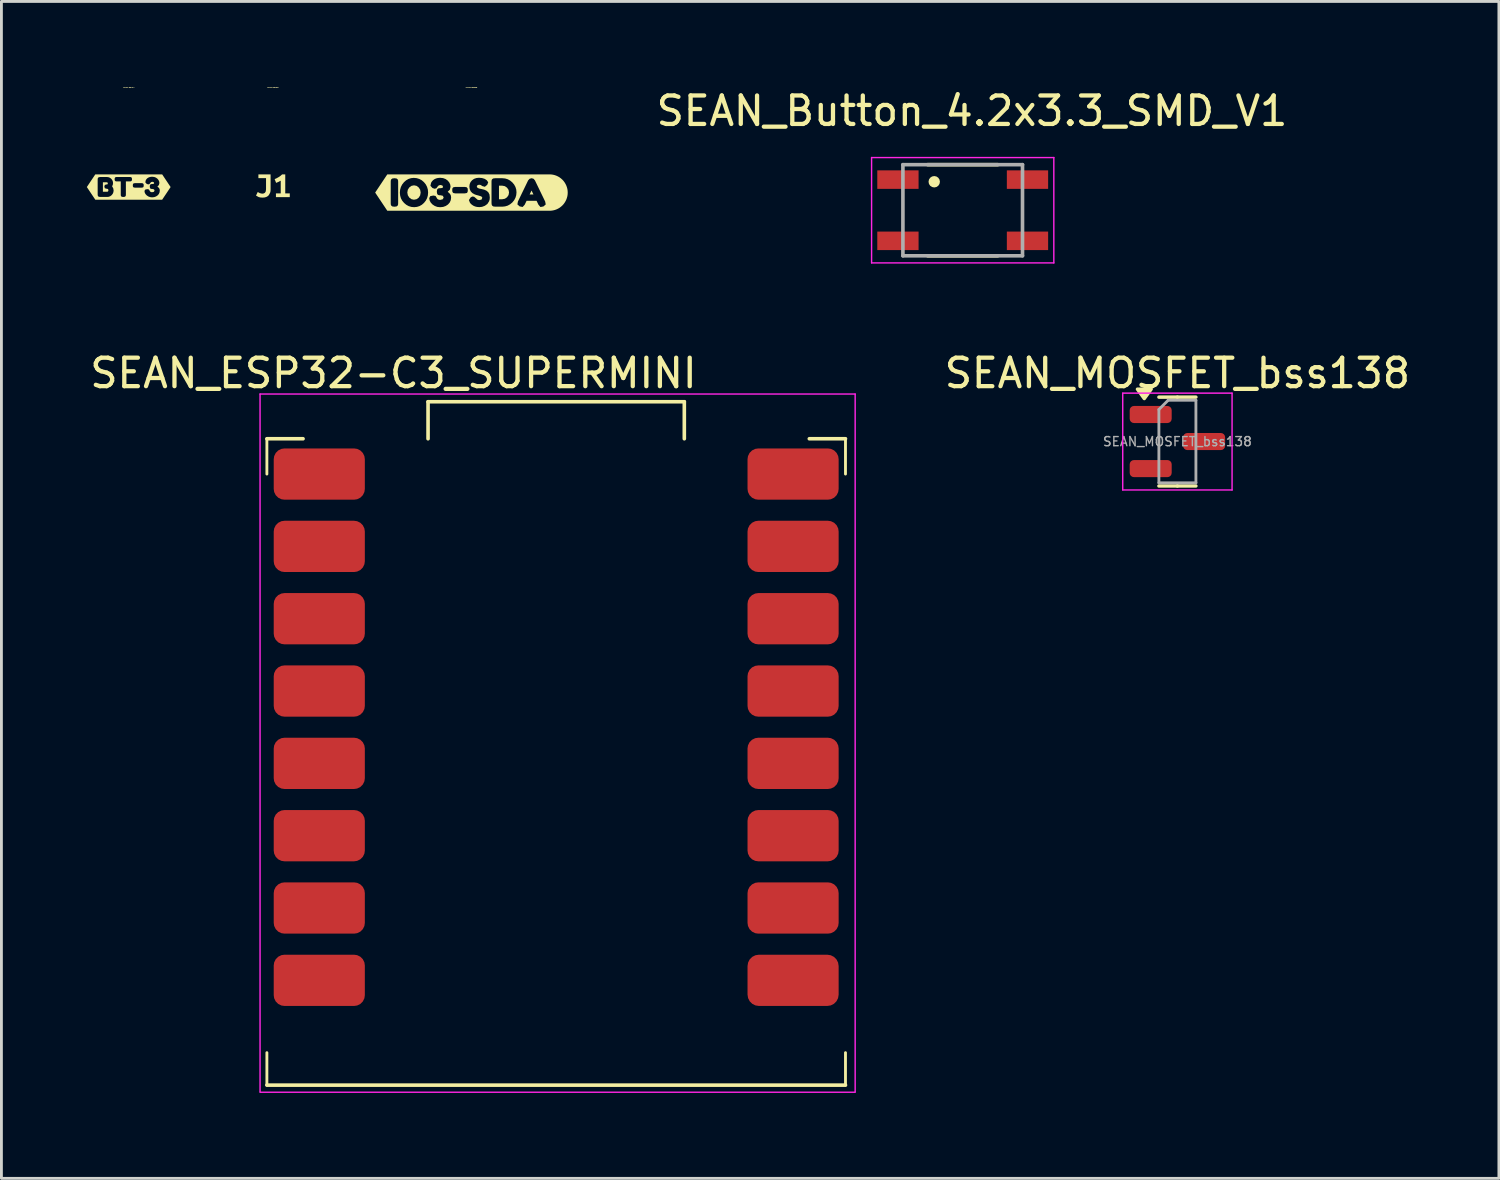
<source format=kicad_pcb>
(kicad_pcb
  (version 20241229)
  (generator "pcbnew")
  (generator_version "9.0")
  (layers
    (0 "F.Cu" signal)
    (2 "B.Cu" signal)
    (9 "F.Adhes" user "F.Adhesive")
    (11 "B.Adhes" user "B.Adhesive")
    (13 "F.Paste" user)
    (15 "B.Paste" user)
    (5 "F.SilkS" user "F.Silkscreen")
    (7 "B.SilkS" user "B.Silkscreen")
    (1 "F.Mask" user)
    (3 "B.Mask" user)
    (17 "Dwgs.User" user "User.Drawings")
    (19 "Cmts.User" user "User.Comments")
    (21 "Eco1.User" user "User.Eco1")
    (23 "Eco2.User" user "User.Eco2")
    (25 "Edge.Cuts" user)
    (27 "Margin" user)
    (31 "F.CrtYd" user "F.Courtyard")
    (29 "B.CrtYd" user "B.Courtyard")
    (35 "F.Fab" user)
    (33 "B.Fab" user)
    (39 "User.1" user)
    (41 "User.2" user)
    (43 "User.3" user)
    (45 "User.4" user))
  (footprint "SEAN_MOSFET_bss138"
    (layer "F.Cu")
    (at 38.3 12.457)
    (property "Reference" "SEAN_MOSFET_bss138" (at 0 -2.4 0) (layer "F.SilkS") (effects (font (size 1 1) (thickness 0.15))))
    (attr smd)
    (fp_line (start 0 -1.56) (end -0.65 -1.56) (stroke (width 0.12) (type solid)) (layer "F.SilkS"))
    (fp_line (start 0 -1.56) (end 0.65 -1.56) (stroke (width 0.12) (type solid)) (layer "F.SilkS"))
    (fp_line (start 0 1.56) (end -0.65 1.56) (stroke (width 0.12) (type solid)) (layer "F.SilkS"))
    (fp_line (start 0 1.56) (end 0.65 1.56) (stroke (width 0.12) (type solid)) (layer "F.SilkS"))
    (fp_poly (pts (xy -1.163 -1.51) (xy -1.403 -1.84) (xy -0.922 -1.84) (xy -1.163 -1.51)) (stroke (width 0.12) (type solid)) (fill yes) (layer "F.SilkS"))
    (fp_line (start -1.92 -1.7) (end -1.92 1.7) (stroke (width 0.05) (type solid)) (layer "F.CrtYd"))
    (fp_line (start -1.92 1.7) (end 1.92 1.7) (stroke (width 0.05) (type solid)) (layer "F.CrtYd"))
    (fp_line (start 1.92 -1.7) (end -1.92 -1.7) (stroke (width 0.05) (type solid)) (layer "F.CrtYd"))
    (fp_line (start 1.92 1.7) (end 1.92 -1.7) (stroke (width 0.05) (type solid)) (layer "F.CrtYd"))
    (fp_line (start -0.65 -1.125) (end -0.325 -1.45) (stroke (width 0.1) (type solid)) (layer "F.Fab"))
    (fp_line (start -0.65 1.45) (end -0.65 -1.125) (stroke (width 0.1) (type solid)) (layer "F.Fab"))
    (fp_line (start -0.325 -1.45) (end 0.65 -1.45) (stroke (width 0.1) (type solid)) (layer "F.Fab"))
    (fp_line (start 0.65 -1.45) (end 0.65 1.45) (stroke (width 0.1) (type solid)) (layer "F.Fab"))
    (fp_line (start 0.65 1.45) (end -0.65 1.45) (stroke (width 0.1) (type solid)) (layer "F.Fab"))
    (fp_text user "${REFERENCE}" (at 0 0 0) (layer "F.Fab") (effects (font (size 0.32 0.32) (thickness 0.05))))
    (pad "1" smd roundrect (at 0.938 0) (size 1.475 0.6) (layers "F.Cu" "F.Mask" "F.Paste") (roundrect_rratio 0.25))
    (pad "2" smd roundrect (at -0.938 -0.95) (size 1.475 0.6) (layers "F.Cu" "F.Mask" "F.Paste") (roundrect_rratio 0.25))
    (pad "3" smd roundrect (at -0.938 0.95) (size 1.475 0.6) (layers "F.Cu" "F.Mask" "F.Paste") (roundrect_rratio 0.25)))
  (footprint "kibuzzard-669170F7"
    (layer "F.Cu")
    (at 1.471 3.519)
    (property "Reference" "kibuzzard-669170F7" (at 0 -3.493 0) (layer "F.SilkS") (effects (font (size 0.025 0.025) (thickness 0.15))))
    (attr board_only exclude_from_pos_files exclude_from_bom)
    (fp_poly (pts (xy -0.907 0.165) (xy -0.764 0.165) (xy -0.75 0.164) (xy -0.735 0.159) (xy -0.72 0.142) (xy -0.714 0.11) (xy -0.727 0.069) (xy -0.769 0.059) (xy -0.782 0.059) (xy -0.839 0.042) (xy -0.856 -0.018) (xy -0.838 -0.076) (xy -0.777 -0.092) (xy -0.765 -0.092) (xy -0.741 -0.099) (xy -0.734 -0.13) (xy -0.745 -0.161) (xy -0.786 -0.169) (xy -0.907 -0.169) (xy -0.907 0.165)) (stroke (width 0) (type solid)) (fill yes) (layer "F.SilkS"))
    (fp_poly (pts (xy -1.091 -0.445) (xy -1.174 -0.445) (xy -1.471 0) (xy -1.174 0.445) (xy -1.091 0.445) (xy -0.999 0.445) (xy -0.999 0.348) (xy -1.052 0.341) (xy -1.08 0.318) (xy -1.089 0.29) (xy -1.091 0.255) (xy -1.091 -0.261) (xy -1.089 -0.295) (xy -1.08 -0.322) (xy -1.052 -0.345) (xy -0.998 -0.353) (xy -0.764 -0.353) (xy -0.708 -0.345) (xy -0.657 -0.324) (xy -0.613 -0.289) (xy -0.578 -0.244) (xy -0.558 -0.194) (xy -0.551 -0.138) (xy -0.559 -0.08) (xy -0.584 -0.026) (xy -0.544 0.044) (xy -0.531 0.121) (xy -0.539 0.181) (xy -0.561 0.235) (xy -0.597 0.282) (xy -0.644 0.319) (xy -0.696 0.341) (xy -0.754 0.348) (xy -0.999 0.348) (xy -0.999 0.445) (xy -0.191 0.445) (xy -0.191 0.349) (xy -0.243 0.342) (xy -0.27 0.32) (xy -0.279 0.293) (xy -0.28 0.259) (xy -0.28 -0.198) (xy -0.42 -0.198) (xy -0.448 -0.2) (xy -0.471 -0.208) (xy -0.49 -0.231) (xy -0.496 -0.276) (xy -0.49 -0.32) (xy -0.47 -0.343) (xy -0.447 -0.351) (xy -0.419 -0.353) (xy 0.039 -0.353) (xy 0.068 -0.351) (xy 0.09 -0.343) (xy 0.109 -0.319) (xy 0.115 -0.275) (xy 0.109 -0.231) (xy 0.09 -0.208) (xy 0.067 -0.2) (xy 0.038 -0.198) (xy -0.1 -0.198) (xy -0.1 0.26) (xy -0.102 0.294) (xy -0.111 0.32) (xy -0.139 0.342) (xy -0.191 0.349) (xy -0.191 0.445) (xy 0.454 0.445) (xy 0.454 0.021) (xy 0.215 0.021) (xy 0.17 0.013) (xy 0.148 -0.013) (xy 0.143 -0.059) (xy 0.149 -0.104) (xy 0.168 -0.128) (xy 0.216 -0.137) (xy 0.455 -0.137) (xy 0.499 -0.129) (xy 0.521 -0.104) (xy 0.527 -0.058) (xy 0.521 -0.013) (xy 0.504 0.012) (xy 0.454 0.021) (xy 0.454 0.445) (xy 0.82 0.445) (xy 0.82 0.362) (xy 0.752 0.354) (xy 0.689 0.331) (xy 0.633 0.294) (xy 0.588 0.246) (xy 0.562 0.194) (xy 0.553 0.137) (xy 0.578 0.09) (xy 0.653 0.074) (xy 0.708 0.085) (xy 0.737 0.132) (xy 0.739 0.138) (xy 0.747 0.15) (xy 0.762 0.165) (xy 0.786 0.177) (xy 0.821 0.182) (xy 0.884 0.167) (xy 0.907 0.125) (xy 0.888 0.082) (xy 0.83 0.067) (xy 0.803 0.067) (xy 0.78 0.063) (xy 0.757 0.05) (xy 0.745 0.024) (xy 0.739 -0.02) (xy 0.746 -0.07) (xy 0.767 -0.096) (xy 0.792 -0.105) (xy 0.824 -0.106) (xy 0.831 -0.106) (xy 0.878 -0.113) (xy 0.892 -0.138) (xy 0.876 -0.173) (xy 0.83 -0.185) (xy 0.787 -0.175) (xy 0.758 -0.145) (xy 0.728 -0.104) (xy 0.686 -0.092) (xy 0.632 -0.11) (xy 0.582 -0.165) (xy 0.597 -0.234) (xy 0.598 -0.238) (xy 0.604 -0.249) (xy 0.614 -0.265) (xy 0.63 -0.285) (xy 0.652 -0.307) (xy 0.681 -0.327) (xy 0.719 -0.345) (xy 0.765 -0.357) (xy 0.82 -0.362) (xy 0.893 -0.354) (xy 0.955 -0.331) (xy 1.007 -0.293) (xy 1.046 -0.246) (xy 1.069 -0.196) (xy 1.077 -0.142) (xy 1.059 -0.069) (xy 1.007 -0.019) (xy 1.064 0.035) (xy 1.084 0.075) (xy 1.091 0.123) (xy 1.082 0.188) (xy 1.057 0.245) (xy 1.014 0.294) (xy 0.958 0.331) (xy 0.894 0.354) (xy 0.82 0.362) (xy 0.82 0.445) (xy 1.091 0.445) (xy 1.174 0.445) (xy 1.471 0) (xy 1.174 -0.445) (xy 1.091 -0.445) (xy -1.091 -0.445)) (stroke (width 0) (type solid)) (fill yes) (layer "F.SilkS")))
  (footprint "SEAN_ESP32-C3_SUPERMINI"
    (layer "F.Cu")
    (at 16.483 22.489)
    (property "Reference" "SEAN_ESP32-C3_SUPERMINI" (at -5.715 -12.432 180) (layer "F.SilkS") (effects (font (size 1 1) (thickness 0.15))))
    (attr through_hole)
    (fp_line (start -10.16 -8.89) (end -10.16 -10.13) (stroke (width 0.1) (type default)) (layer "F.SilkS"))
    (fp_line (start -10.16 12.57) (end -10.16 11.43) (stroke (width 0.1) (type default)) (layer "F.SilkS"))
    (fp_line (start -8.89 -10.13) (end -10.16 -10.13) (stroke (width 0.127) (type solid)) (layer "F.SilkS"))
    (fp_line (start -4.5 -11.43) (end -4.5 -10.13) (stroke (width 0.127) (type solid)) (layer "F.SilkS"))
    (fp_line (start 4.5 -11.43) (end -4.5 -11.43) (stroke (width 0.127) (type solid)) (layer "F.SilkS"))
    (fp_line (start 4.5 -11.43) (end 4.5 -10.13) (stroke (width 0.127) (type solid)) (layer "F.SilkS"))
    (fp_line (start 10.16 -10.13) (end 8.89 -10.13) (stroke (width 0.127) (type solid)) (layer "F.SilkS"))
    (fp_line (start 10.16 -8.89) (end 10.16 -10.13) (stroke (width 0.1) (type default)) (layer "F.SilkS"))
    (fp_line (start 10.16 12.57) (end -10.16 12.57) (stroke (width 0.127) (type solid)) (layer "F.SilkS"))
    (fp_line (start 10.16 12.57) (end 10.16 11.43) (stroke (width 0.1) (type default)) (layer "F.SilkS"))
    (fp_line (start -10.4 12.8) (end -10.4 -11.7) (stroke (width 0.05) (type solid)) (layer "F.CrtYd"))
    (fp_line (start 10.5 -11.7) (end -10.4 -11.7) (stroke (width 0.05) (type solid)) (layer "F.CrtYd"))
    (fp_line (start 10.5 12.8) (end 10.5 -11.7) (stroke (width 0.05) (type solid)) (layer "F.CrtYd"))
    (fp_line (start 10.5 12.82) (end -10.4 12.82) (stroke (width 0.05) (type solid)) (layer "F.CrtYd"))
    (pad "0" smd roundrect (at 7.62 8.89) (size 3.2 1.8) (drill (offset 0.7 0)) (layers "F.Cu" "F.Mask" "F.Paste") (roundrect_rratio 0.222))
    (pad "1" smd roundrect (at 7.62 6.35) (size 3.2 1.8) (drill (offset 0.7 0)) (layers "F.Cu" "F.Mask" "F.Paste") (roundrect_rratio 0.21))
    (pad "2" smd roundrect (at 7.62 3.81) (size 3.2 1.8) (drill (offset 0.7 0)) (layers "F.Cu" "F.Mask" "F.Paste") (roundrect_rratio 0.21))
    (pad "3" smd roundrect (at 7.62 1.27) (size 3.2 1.8) (drill (offset 0.7 0)) (layers "F.Cu" "F.Mask" "F.Paste") (roundrect_rratio 0.21))
    (pad "3.3" smd roundrect (at 7.62 -3.81) (size 3.2 1.8) (drill (offset 0.7 0)) (layers "F.Cu" "F.Mask" "F.Paste") (roundrect_rratio 0.21))
    (pad "4" smd roundrect (at 7.62 -1.27) (size 3.2 1.8) (drill (offset 0.7 0)) (layers "F.Cu" "F.Mask" "F.Paste") (roundrect_rratio 0.21))
    (pad "5" smd roundrect (at -7.62 -8.89) (size 3.2 1.8) (drill (offset -0.7 0)) (layers "F.Cu" "F.Mask" "F.Paste") (roundrect_rratio 0.21))
    (pad "5V" smd roundrect (at 7.62 -8.89) (size 3.2 1.8) (drill (offset 0.7 0)) (layers "F.Cu" "F.Mask" "F.Paste") (roundrect_rratio 0.21))
    (pad "6" smd roundrect (at -7.62 -6.35) (size 3.2 1.8) (drill (offset -0.7 0)) (layers "F.Cu" "F.Mask" "F.Paste") (roundrect_rratio 0.21))
    (pad "7" smd roundrect (at -7.62 -3.81) (size 3.2 1.8) (drill (offset -0.7 0)) (layers "F.Cu" "F.Mask" "F.Paste") (roundrect_rratio 0.21))
    (pad "8" smd roundrect (at -7.62 -1.27) (size 3.2 1.8) (drill (offset -0.7 0)) (layers "F.Cu" "F.Mask" "F.Paste") (roundrect_rratio 0.21))
    (pad "9" smd roundrect (at -7.62 1.27) (size 3.2 1.8) (drill (offset -0.7 0)) (layers "F.Cu" "F.Mask" "F.Paste") (roundrect_rratio 0.21))
    (pad "10" smd roundrect (at -7.62 3.81) (size 3.2 1.8) (drill (offset -0.7 0)) (layers "F.Cu" "F.Mask" "F.Paste") (roundrect_rratio 0.21))
    (pad "20" smd roundrect (at -7.62 6.35) (size 3.2 1.8) (drill (offset -0.7 0)) (layers "F.Cu" "F.Mask" "F.Paste") (roundrect_rratio 0.21))
    (pad "21" smd roundrect (at -7.62 8.89) (size 3.2 1.8) (drill (offset -0.7 0)) (layers "F.Cu" "F.Mask" "F.Paste") (roundrect_rratio 0.21))
    (pad "G" smd roundrect (at 7.62 -6.35) (size 3.2 1.8) (drill (offset 0.7 0)) (layers "F.Cu" "F.Mask" "F.Paste") (roundrect_rratio 0.21)))
  (footprint "kibuzzard-669409A1"
    (layer "F.Cu")
    (at 6.534 3.482)
    (property "Reference" "kibuzzard-669409A1" (at 0 -3.456 180) (layer "F.SilkS") (effects (font (size 0.025 0.025) (thickness 0.15))))
    (attr board_only exclude_from_pos_files exclude_from_bom)
    (fp_poly (pts (xy 0.275 0.26) (xy 0.275 -0.187) (xy 0.192 -0.142) (xy 0.113 -0.11) (xy 0.061 -0.242) (xy 0.129 -0.271) (xy 0.201 -0.311) (xy 0.269 -0.358) (xy 0.325 -0.408) (xy 0.434 -0.408) (xy 0.434 0.26) (xy 0.593 0.26) (xy 0.593 0.392) (xy 0.107 0.392) (xy 0.107 0.26) (xy 0.275 0.26)) (stroke (width 0) (type solid)) (fill yes) (layer "F.SilkS"))
    (fp_poly (pts (xy -0.081 0.124) (xy -0.084 0.181) (xy -0.096 0.234) (xy -0.145 0.324) (xy -0.184 0.359) (xy -0.233 0.386) (xy -0.293 0.403) (xy -0.365 0.408) (xy -0.44 0.403) (xy -0.501 0.388) (xy -0.593 0.337) (xy -0.532 0.211) (xy -0.46 0.251) (xy -0.379 0.27) (xy -0.323 0.262) (xy -0.279 0.237) (xy -0.251 0.19) (xy -0.241 0.115) (xy -0.241 -0.277) (xy -0.509 -0.277) (xy -0.509 -0.408) (xy -0.081 -0.408) (xy -0.081 0.124)) (stroke (width 0) (type solid)) (fill yes) (layer "F.SilkS")))
  (footprint "kibuzzard-66920690"
    (layer "F.Cu")
    (at 13.507 3.713)
    (property "Reference" "kibuzzard-66920690" (at 0 -3.687 180) (layer "F.SilkS") (effects (font (size 0.025 0.025) (thickness 0.15))))
    (attr board_only exclude_from_pos_files exclude_from_bom)
    (fp_poly (pts (xy 2.11 -0.072) (xy 2.043 0.067) (xy 2.177 0.067) (xy 2.11 -0.072)) (stroke (width 0) (type solid)) (fill yes) (layer "F.SilkS"))
    (fp_poly (pts (xy 0.967 0.234) (xy 1.083 0.234) (xy 1.174 0.217) (xy 1.25 0.165) (xy 1.303 0.088) (xy 1.32 -0.004) (xy 1.303 -0.095) (xy 1.25 -0.172) (xy 1.173 -0.225) (xy 1.082 -0.242) (xy 0.967 -0.242) (xy 0.967 0.234)) (stroke (width 0) (type solid)) (fill yes) (layer "F.SilkS"))
    (fp_poly (pts (xy -2.019 0.251) (xy -1.928 0.233) (xy -1.852 0.179) (xy -1.801 0.098) (xy -1.784 -0.001) (xy -1.801 -0.099) (xy -1.853 -0.18) (xy -1.928 -0.236) (xy -2.017 -0.254) (xy -2.107 -0.236) (xy -2.183 -0.18) (xy -2.235 -0.099) (xy -2.252 -0.001) (xy -2.234 0.095) (xy -2.182 0.177) (xy -2.107 0.232) (xy -2.019 0.251)) (stroke (width 0) (type solid)) (fill yes) (layer "F.SilkS"))
    (fp_poly (pts (xy -2.835 -0.639) (xy -2.955 -0.639) (xy -3.381 0) (xy -2.955 0.639) (xy -2.835 0.639) (xy -2.705 0.639) (xy -2.705 0.497) (xy -2.78 0.487) (xy -2.82 0.454) (xy -2.833 0.415) (xy -2.835 0.366) (xy -2.835 -0.374) (xy -2.833 -0.422) (xy -2.82 -0.461) (xy -2.78 -0.494) (xy -2.704 -0.504) (xy -2.629 -0.494) (xy -2.589 -0.461) (xy -2.576 -0.422) (xy -2.574 -0.373) (xy -2.574 0.367) (xy -2.576 0.416) (xy -2.589 0.455) (xy -2.629 0.487) (xy -2.705 0.497) (xy -2.705 0.639) (xy -2.011 0.639) (xy -2.011 0.513) (xy -2.111 0.504) (xy -2.204 0.476) (xy -2.289 0.429) (xy -2.366 0.364) (xy -2.431 0.286) (xy -2.477 0.2) (xy -2.504 0.106) (xy -2.514 0.005) (xy -2.505 -0.1) (xy -2.478 -0.196) (xy -2.433 -0.284) (xy -2.37 -0.364) (xy -2.295 -0.43) (xy -2.212 -0.478) (xy -2.121 -0.506) (xy -2.023 -0.516) (xy -1.922 -0.506) (xy -1.83 -0.478) (xy -1.745 -0.432) (xy -1.668 -0.366) (xy -1.604 -0.287) (xy -1.559 -0.2) (xy -1.531 -0.105) (xy -1.522 -0.001) (xy -1.531 0.101) (xy -1.558 0.196) (xy -1.603 0.283) (xy -1.666 0.362) (xy -1.741 0.428) (xy -1.824 0.475) (xy -1.914 0.503) (xy -2.011 0.513) (xy -2.011 0.639) (xy -1.1 0.639) (xy -1.1 0.514) (xy -1.198 0.504) (xy -1.287 0.471) (xy -1.368 0.418) (xy -1.431 0.35) (xy -1.469 0.275) (xy -1.482 0.194) (xy -1.446 0.126) (xy -1.339 0.104) (xy -1.26 0.119) (xy -1.219 0.187) (xy -1.216 0.195) (xy -1.205 0.212) (xy -1.184 0.233) (xy -1.149 0.25) (xy -1.099 0.258) (xy -1.009 0.236) (xy -0.976 0.177) (xy -1.003 0.114) (xy -1.086 0.094) (xy -1.125 0.094) (xy -1.158 0.087) (xy -1.19 0.069) (xy -1.207 0.032) (xy -1.216 -0.031) (xy -1.207 -0.102) (xy -1.177 -0.139) (xy -1.14 -0.152) (xy -1.094 -0.154) (xy -1.084 -0.154) (xy -1.018 -0.163) (xy -0.997 -0.2) (xy -1.021 -0.249) (xy -1.086 -0.267) (xy -1.147 -0.253) (xy -1.189 -0.21) (xy -1.232 -0.151) (xy -1.292 -0.134) (xy -1.369 -0.16) (xy -1.44 -0.238) (xy -1.419 -0.337) (xy -1.417 -0.342) (xy -1.409 -0.358) (xy -1.395 -0.381) (xy -1.372 -0.41) (xy -1.34 -0.441) (xy -1.298 -0.47) (xy -1.245 -0.495) (xy -1.18 -0.512) (xy -1.1 -0.519) (xy -0.996 -0.508) (xy -0.907 -0.475) (xy -0.833 -0.421) (xy -0.778 -0.354) (xy -0.745 -0.282) (xy -0.734 -0.205) (xy -0.759 -0.101) (xy -0.833 -0.029) (xy -0.752 0.048) (xy -0.723 0.105) (xy -0.714 0.174) (xy -0.726 0.266) (xy -0.762 0.348) (xy -0.823 0.418) (xy -0.903 0.471) (xy -0.995 0.504) (xy -1.1 0.514) (xy -1.1 0.639) (xy -0.232 0.639) (xy -0.232 0.028) (xy -0.572 0.028) (xy -0.636 0.016) (xy -0.668 -0.021) (xy -0.675 -0.087) (xy -0.667 -0.151) (xy -0.639 -0.185) (xy -0.571 -0.198) (xy -0.23 -0.198) (xy -0.167 -0.186) (xy -0.136 -0.151) (xy -0.127 -0.085) (xy -0.135 -0.02) (xy -0.16 0.015) (xy -0.232 0.028) (xy -0.232 0.639) (xy 0.278 0.639) (xy 0.278 0.511) (xy 0.197 0.505) (xy 0.13 0.489) (xy 0.075 0.466) (xy 0.031 0.438) (xy -0.004 0.411) (xy -0.029 0.386) (xy -0.044 0.366) (xy -0.053 0.356) (xy -0.089 0.263) (xy -0.029 0.171) (xy 0.031 0.138) (xy 0.093 0.147) (xy 0.157 0.2) (xy 0.215 0.252) (xy 0.272 0.265) (xy 0.356 0.245) (xy 0.382 0.178) (xy 0.345 0.134) (xy 0.233 0.1) (xy 0.164 0.082) (xy 0.11 0.062) (xy 0.03 0.016) (xy -0.027 -0.045) (xy -0.061 -0.122) (xy -0.073 -0.215) (xy -0.062 -0.298) (xy -0.03 -0.371) (xy 0.023 -0.433) (xy 0.092 -0.482) (xy 0.173 -0.51) (xy 0.265 -0.52) (xy 0.373 -0.51) (xy 0.464 -0.482) (xy 0.538 -0.434) (xy 0.589 -0.361) (xy 0.555 -0.273) (xy 0.471 -0.203) (xy 0.375 -0.23) (xy 0.358 -0.243) (xy 0.338 -0.26) (xy 0.31 -0.27) (xy 0.263 -0.275) (xy 0.21 -0.258) (xy 0.187 -0.214) (xy 0.212 -0.167) (xy 0.269 -0.142) (xy 0.356 -0.124) (xy 0.448 -0.102) (xy 0.529 -0.065) (xy 0.592 -0.011) (xy 0.632 0.067) (xy 0.645 0.174) (xy 0.639 0.242) (xy 0.621 0.304) (xy 0.559 0.401) (xy 0.471 0.464) (xy 0.373 0.501) (xy 0.278 0.511) (xy 0.278 0.639) (xy 0.836 0.639) (xy 0.836 0.496) (xy 0.763 0.486) (xy 0.724 0.455) (xy 0.709 0.415) (xy 0.705 0.364) (xy 0.705 -0.376) (xy 0.707 -0.423) (xy 0.721 -0.463) (xy 0.761 -0.495) (xy 0.837 -0.504) (xy 1.083 -0.504) (xy 1.182 -0.495) (xy 1.273 -0.468) (xy 1.358 -0.422) (xy 1.435 -0.358) (xy 1.499 -0.282) (xy 1.545 -0.198) (xy 1.573 -0.107) (xy 1.582 -0.009) (xy 1.573 0.091) (xy 1.545 0.184) (xy 1.499 0.27) (xy 1.435 0.348) (xy 1.357 0.412) (xy 1.272 0.459) (xy 1.179 0.486) (xy 1.079 0.496) (xy 0.836 0.496) (xy 0.836 0.639) (xy 2.424 0.639) (xy 2.424 0.508) (xy 2.353 0.426) (xy 2.288 0.29) (xy 1.936 0.29) (xy 1.87 0.427) (xy 1.798 0.506) (xy 1.694 0.486) (xy 1.614 0.416) (xy 1.632 0.315) (xy 1.991 -0.428) (xy 2.042 -0.484) (xy 2.112 -0.504) (xy 2.181 -0.485) (xy 2.23 -0.427) (xy 2.589 0.315) (xy 2.609 0.417) (xy 2.529 0.487) (xy 2.424 0.508) (xy 2.424 0.639) (xy 2.622 0.639) (xy 2.742 0.639) (xy 2.804 0.636) (xy 2.866 0.627) (xy 2.927 0.612) (xy 2.986 0.591) (xy 3.043 0.564) (xy 3.097 0.532) (xy 3.147 0.494) (xy 3.194 0.452) (xy 3.236 0.406) (xy 3.273 0.355) (xy 3.305 0.301) (xy 3.332 0.245) (xy 3.353 0.186) (xy 3.369 0.125) (xy 3.378 0.063) (xy 3.381 0) (xy 3.378 -0.063) (xy 3.369 -0.125) (xy 3.353 -0.186) (xy 3.332 -0.245) (xy 3.305 -0.301) (xy 3.273 -0.355) (xy 3.236 -0.406) (xy 3.194 -0.452) (xy 3.147 -0.494) (xy 3.097 -0.532) (xy 3.043 -0.564) (xy 2.986 -0.591) (xy 2.927 -0.612) (xy 2.866 -0.627) (xy 2.804 -0.636) (xy 2.742 -0.639) (xy 2.622 -0.639) (xy -2.835 -0.639)) (stroke (width 0) (type solid)) (fill yes) (layer "F.SilkS")))
  (footprint "SEAN_Button_4.2x3.3_SMD_V1"
    (layer "F.Cu")
    (at 30.76 4.333)
    (property "Reference" "SEAN_Button_4.2x3.3_SMD_V1" (at 0.325 -3.485 180) (layer "F.SilkS") (effects (font (size 1 1) (thickness 0.15))))
    (attr smd)
    (fp_line (start -1.23 -1.6) (end 1.23 -1.6) (stroke (width 0.127) (type solid)) (layer "F.SilkS"))
    (fp_line (start -1.23 1.6) (end 1.23 1.6) (stroke (width 0.127) (type solid)) (layer "F.SilkS"))
    (fp_circle (center -1 -1) (end -0.9 -1) (stroke (width 0.2) (type solid)) (fill no) (layer "F.SilkS"))
    (fp_line (start -3.2 -1.85) (end -3.2 1.85) (stroke (width 0.05) (type solid)) (layer "F.CrtYd"))
    (fp_line (start -3.2 1.85) (end 3.2 1.85) (stroke (width 0.05) (type solid)) (layer "F.CrtYd"))
    (fp_line (start 3.2 -1.85) (end -3.2 -1.85) (stroke (width 0.05) (type solid)) (layer "F.CrtYd"))
    (fp_line (start 3.2 1.85) (end 3.2 -1.85) (stroke (width 0.05) (type solid)) (layer "F.CrtYd"))
    (fp_line (start -2.1 -1.6) (end 2.1 -1.6) (stroke (width 0.127) (type solid)) (layer "F.Fab"))
    (fp_line (start -2.1 1.6) (end -2.1 -1.6) (stroke (width 0.127) (type solid)) (layer "F.Fab"))
    (fp_line (start 2.1 -1.6) (end 2.1 1.6) (stroke (width 0.127) (type solid)) (layer "F.Fab"))
    (fp_line (start 2.1 1.6) (end -2.1 1.6) (stroke (width 0.127) (type solid)) (layer "F.Fab"))
    (pad "1" smd rect (at -2.275 -1.075) (size 1.45 0.65) (layers "F.Cu" "F.Mask" "F.Paste"))
    (pad "2" smd rect (at 2.275 -1.075) (size 1.45 0.65) (layers "F.Cu" "F.Mask" "F.Paste"))
    (pad "3" smd rect (at -2.275 1.075) (size 1.45 0.65) (layers "F.Cu" "F.Mask" "F.Paste"))
    (pad "4" smd rect (at 2.275 1.075) (size 1.45 0.65) (layers "F.Cu" "F.Mask" "F.Paste")))
  (gr_rect
    (start -3 -3)
    (end 49.591 38.334)
    (stroke (width 0.1) (type default))
    (fill no)
    (layer "Edge.Cuts")))
</source>
